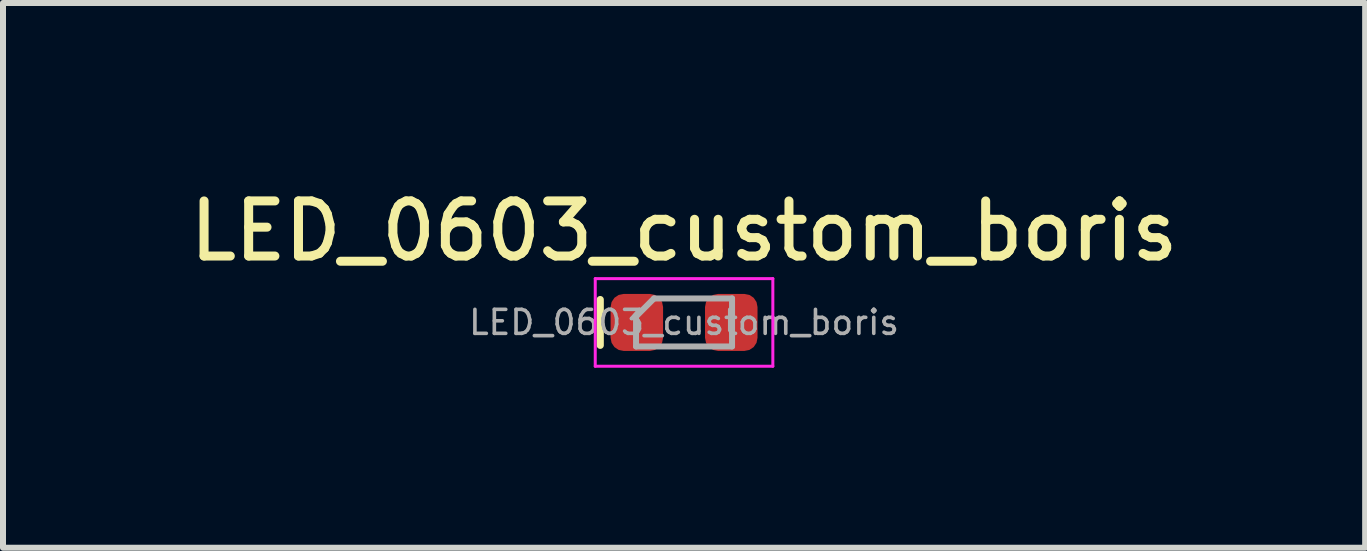
<source format=kicad_pcb>
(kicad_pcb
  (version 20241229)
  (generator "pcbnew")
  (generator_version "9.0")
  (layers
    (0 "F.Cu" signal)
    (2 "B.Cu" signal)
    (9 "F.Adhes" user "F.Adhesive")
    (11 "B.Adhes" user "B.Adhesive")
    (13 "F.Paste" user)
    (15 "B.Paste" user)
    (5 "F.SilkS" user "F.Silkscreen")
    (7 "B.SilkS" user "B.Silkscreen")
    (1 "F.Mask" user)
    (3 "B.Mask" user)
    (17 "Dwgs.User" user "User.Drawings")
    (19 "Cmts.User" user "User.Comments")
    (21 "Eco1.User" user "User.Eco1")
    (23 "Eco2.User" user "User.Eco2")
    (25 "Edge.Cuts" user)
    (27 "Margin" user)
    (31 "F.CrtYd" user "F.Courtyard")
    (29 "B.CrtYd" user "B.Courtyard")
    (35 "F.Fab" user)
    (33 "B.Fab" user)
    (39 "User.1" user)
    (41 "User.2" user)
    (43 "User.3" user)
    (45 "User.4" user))
  (footprint "LED_0603_custom_boris"
    (layer "F.Cu")
    (at 8.351 2.324)
    (property "Reference" "LED_0603_custom_boris" (at 0 -1.524 0) (unlocked yes) (layer "F.SilkS") (effects (font (size 0.918 0.918) (thickness 0.15))))
    (attr smd)
    (fp_line (start -1.397 -0.381) (end -1.397 0.381) (stroke (width 0.12) (type solid)) (layer "F.SilkS"))
    (fp_line (start -1.48 -0.73) (end 1.48 -0.73) (stroke (width 0.05) (type solid)) (layer "F.CrtYd"))
    (fp_line (start -1.48 0.73) (end -1.48 -0.73) (stroke (width 0.05) (type solid)) (layer "F.CrtYd"))
    (fp_line (start 1.48 -0.73) (end 1.48 0.73) (stroke (width 0.05) (type solid)) (layer "F.CrtYd"))
    (fp_line (start 1.48 0.73) (end -1.48 0.73) (stroke (width 0.05) (type solid)) (layer "F.CrtYd"))
    (fp_line (start -0.8 -0.1) (end -0.8 0.4) (stroke (width 0.1) (type solid)) (layer "F.Fab"))
    (fp_line (start -0.8 0.4) (end 0.8 0.4) (stroke (width 0.1) (type solid)) (layer "F.Fab"))
    (fp_line (start -0.5 -0.4) (end -0.8 -0.1) (stroke (width 0.1) (type solid)) (layer "F.Fab"))
    (fp_line (start 0.8 -0.4) (end -0.5 -0.4) (stroke (width 0.1) (type solid)) (layer "F.Fab"))
    (fp_line (start 0.8 0.4) (end 0.8 -0.4) (stroke (width 0.1) (type solid)) (layer "F.Fab"))
    (fp_text user "${REFERENCE}" (at 0 0 180) (layer "F.Fab") (effects (font (size 0.4 0.4) (thickness 0.06))))
    (pad "1" smd roundrect (at -0.787 0) (size 0.875 0.95) (layers "F.Cu" "F.Mask" "F.Paste") (roundrect_rratio 0.25))
    (pad "2" smd roundrect (at 0.787 0) (size 0.875 0.95) (layers "F.Cu" "F.Mask" "F.Paste") (roundrect_rratio 0.25)))
  (gr_rect
    (start -3 -3)
    (end 19.703 6.079)
    (stroke (width 0.1) (type default))
    (fill no)
    (layer "Edge.Cuts")))
</source>
